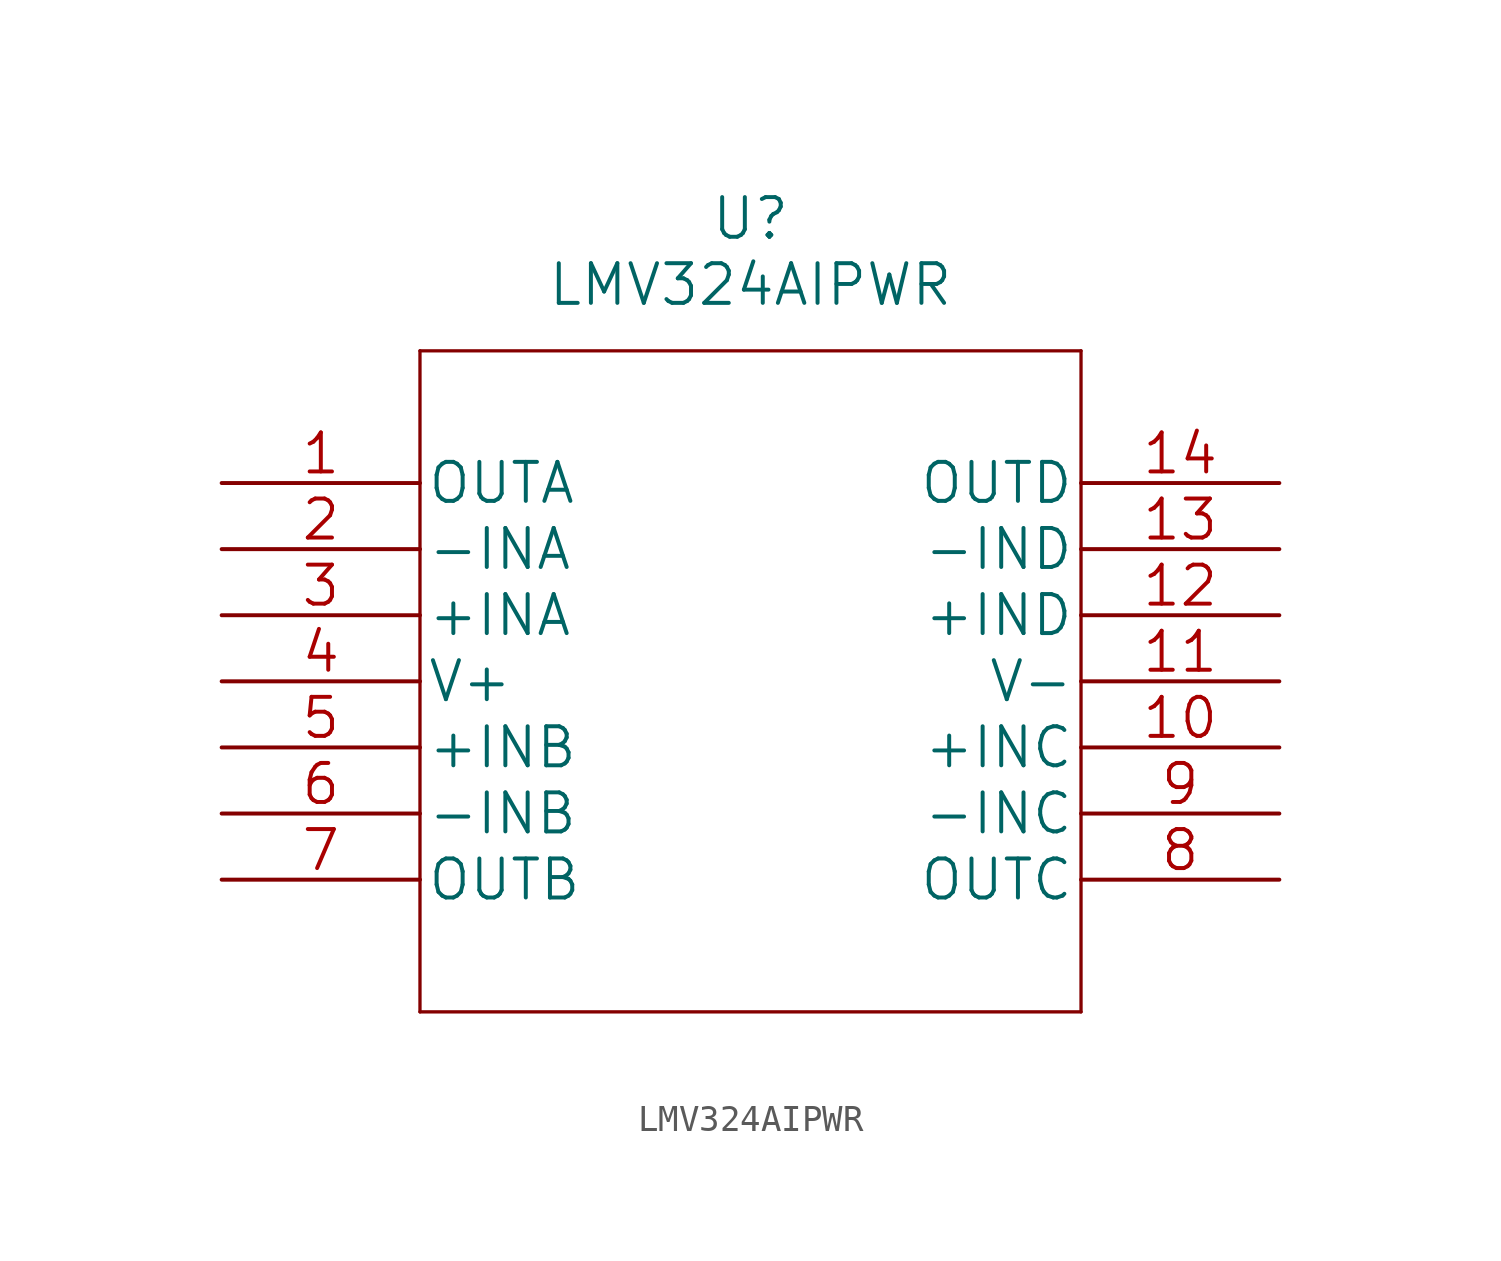
<source format=kicad_sym>
(kicad_symbol_lib
  (version 20220914)
  (generator kicad_symbol_editor)
  (symbol "LMV324AIPWR"
    (pin_names
      (offset 0.254))
    (property "Reference" "U"
      (at 20.32 10.16 0)
      (effects (font (size 1.524 1.524))))
    (property "Value" "LMV324AIPWR"
      (at 20.32 7.62 0)
      (effects (font (size 1.524 1.524))))
    (property "Datasheet" ""
      (at 0 0 0)
      (effects (font (size 1.524 1.524))))
    (property "ki_locked" ""
      (at 0 0 0)
      (effects (font (size 1.27 1.27))))
    (symbol "LMV324AIPWR_1_1"
      (polyline (pts (xy 7.62 -20.32) (xy 33.02 -20.32)) (stroke (width 0.127) (type solid)) (fill (type none)))
      (polyline (pts (xy 7.62 5.08) (xy 7.62 -20.32)) (stroke (width 0.127) (type solid)) (fill (type none)))
      (polyline (pts (xy 33.02 -20.32) (xy 33.02 5.08)) (stroke (width 0.127) (type solid)) (fill (type none)))
      (polyline (pts (xy 33.02 5.08) (xy 7.62 5.08)) (stroke (width 0.127) (type solid)) (fill (type none)))
      (pin output line (at 0 0 0) (length 7.62) (name "OUTA" (effects (font (size 1.499 1.499)))) (number "1" (effects (font (size 1.499 1.499)))))
      (pin input line (at 40.64 -10.16 180) (length 7.62) (name "+INC" (effects (font (size 1.499 1.499)))) (number "10" (effects (font (size 1.499 1.499)))))
      (pin power_in line (at 40.64 -7.62 180) (length 7.62) (name "V-" (effects (font (size 1.499 1.499)))) (number "11" (effects (font (size 1.499 1.499)))))
      (pin input line (at 40.64 -5.08 180) (length 7.62) (name "+IND" (effects (font (size 1.499 1.499)))) (number "12" (effects (font (size 1.499 1.499)))))
      (pin input line (at 40.64 -2.54 180) (length 7.62) (name "-IND" (effects (font (size 1.499 1.499)))) (number "13" (effects (font (size 1.499 1.499)))))
      (pin output line (at 40.64 0 180) (length 7.62) (name "OUTD" (effects (font (size 1.499 1.499)))) (number "14" (effects (font (size 1.499 1.499)))))
      (pin input line (at 0 -2.54 0) (length 7.62) (name "-INA" (effects (font (size 1.499 1.499)))) (number "2" (effects (font (size 1.499 1.499)))))
      (pin input line (at 0 -5.08 0) (length 7.62) (name "+INA" (effects (font (size 1.499 1.499)))) (number "3" (effects (font (size 1.499 1.499)))))
      (pin power_in line (at 0 -7.62 0) (length 7.62) (name "V+" (effects (font (size 1.499 1.499)))) (number "4" (effects (font (size 1.499 1.499)))))
      (pin input line (at 0 -10.16 0) (length 7.62) (name "+INB" (effects (font (size 1.499 1.499)))) (number "5" (effects (font (size 1.499 1.499)))))
      (pin input line (at 0 -12.7 0) (length 7.62) (name "-INB" (effects (font (size 1.499 1.499)))) (number "6" (effects (font (size 1.499 1.499)))))
      (pin output line (at 0 -15.24 0) (length 7.62) (name "OUTB" (effects (font (size 1.499 1.499)))) (number "7" (effects (font (size 1.499 1.499)))))
      (pin output line (at 40.64 -15.24 180) (length 7.62) (name "OUTC" (effects (font (size 1.499 1.499)))) (number "8" (effects (font (size 1.499 1.499)))))
      (pin input line (at 40.64 -12.7 180) (length 7.62) (name "-INC" (effects (font (size 1.499 1.499)))) (number "9" (effects (font (size 1.499 1.499))))))))
</source>
